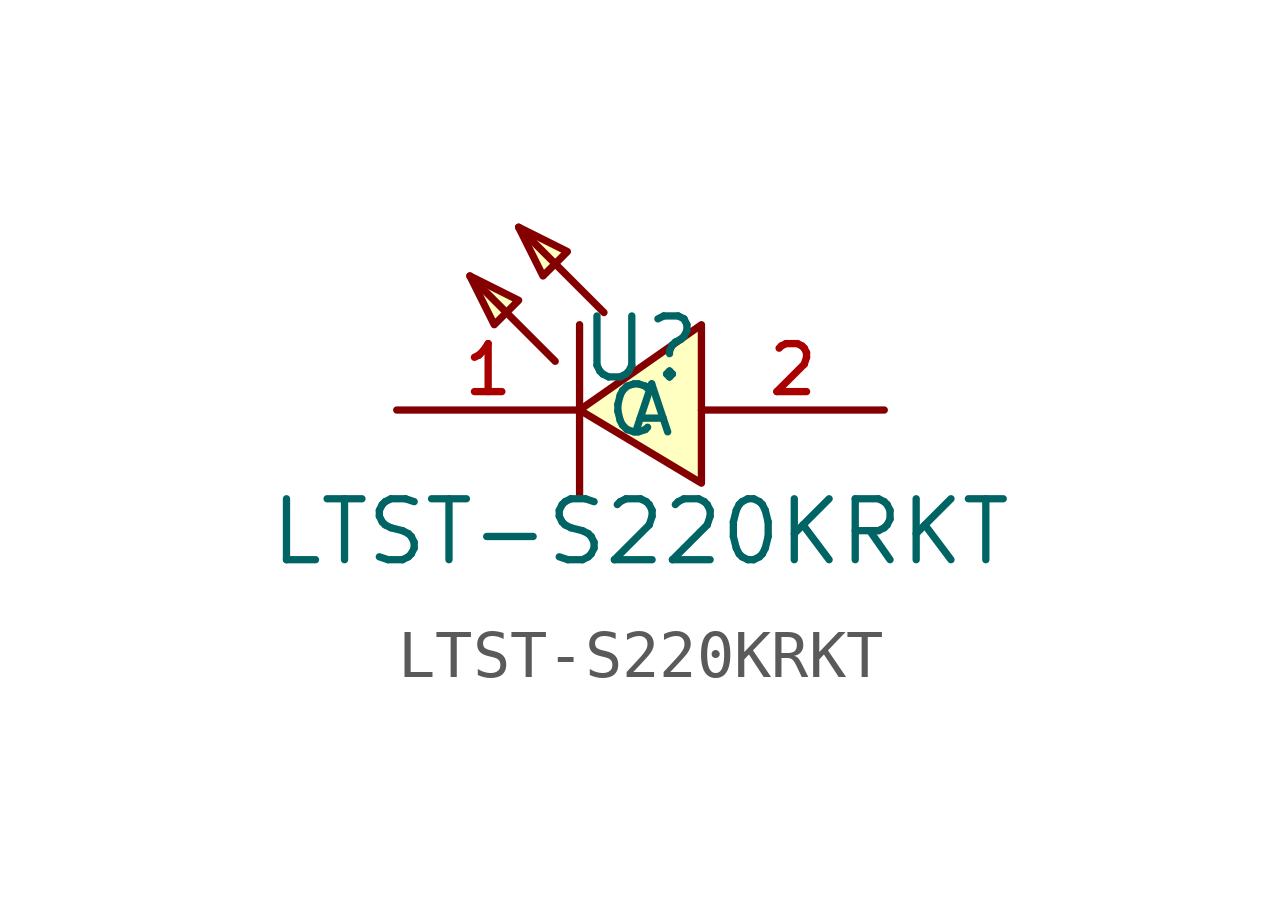
<source format=kicad_sym>
(kicad_symbol_lib
  (version 20210201)
  (generator TousstNicolas/JLC2KiCad_lib)
  (symbol "LTST-S220KRKT"
    (property "Reference" "U"
      (at 0 1.27 0)
      (effects (font (size 1.27 1.27))))
    (property "Value" "LTST-S220KRKT"
      (at 0 -2.54 0)
      (effects (font (size 1.27 1.27))))
    (symbol "LTST-S220KRKT_0_1"
      (polyline (pts (xy -1.778 1.016) (xy -3.556 2.794)) (stroke (width 0) (type default) (color 0 0 0 0)) (fill (type none)))
      (polyline (pts (xy -0.762 2.032) (xy -2.54 3.81)) (stroke (width 0) (type default) (color 0 0 0 0)) (fill (type none)))
      (polyline (pts (xy -3.556 2.794) (xy -2.54 2.286) (xy -3.048 1.778) (xy -3.556 2.794)) (stroke (width 0) (type default) (color 0 0 0 0)) (fill (type background)))
      (polyline (pts (xy -2.54 3.81) (xy -1.524 3.302) (xy -2.032 2.794) (xy -2.54 3.81)) (stroke (width 0) (type default) (color 0 0 0 0)) (fill (type background)))
      (pin unspecified line (at 5.08 -0.0 180) (length 3.81) (name "A" (effects (font (size 1 1)))) (number "2" (effects (font (size 1 1)))))
      (pin unspecified line (at -5.08 -0.0 0) (length 3.81) (name "C" (effects (font (size 1 1)))) (number "1" (effects (font (size 1 1)))))
      (polyline (pts (xy 1.27 -1.524) (xy -1.27 -0.0) (xy 1.27 1.778) (xy 1.27 -1.524)) (stroke (width 0) (type default) (color 0 0 0 0)) (fill (type background)))
      (polyline (pts (xy -1.27 -1.778) (xy -1.27 1.778)) (stroke (width 0) (type default) (color 0 0 0 0)) (fill (type none))))))
</source>
